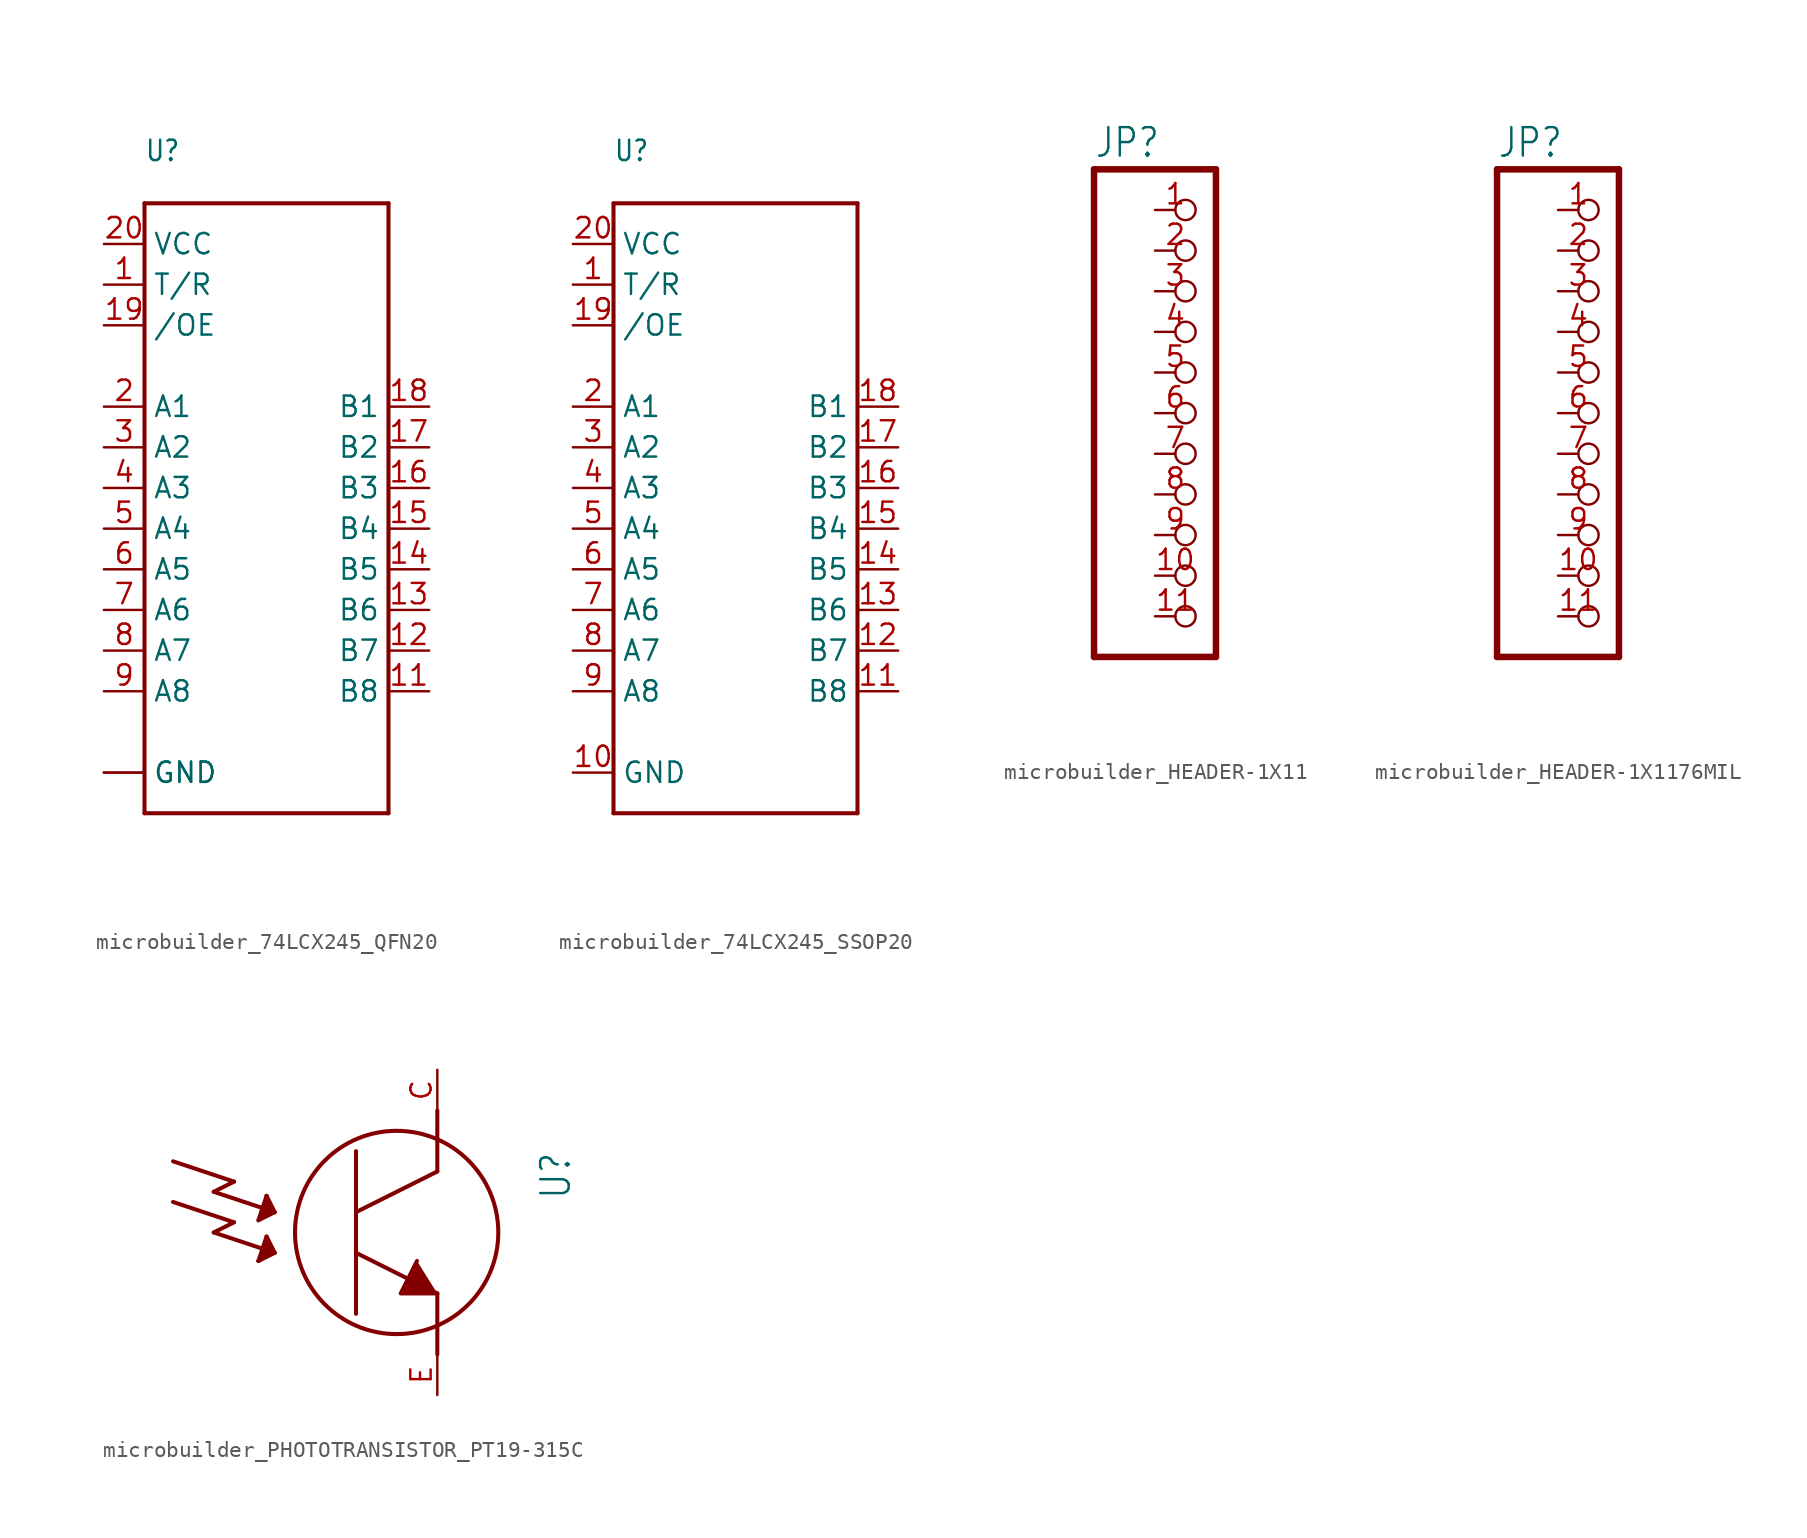
<source format=kicad_sym>
(kicad_symbol_lib
  (version 20231120)
  (generator "kicad_symbol_editor")
  (generator_version "8.0")
  (symbol "microbuilder_74LCX245_QFN20"
    (property "Reference" "U"
      (at -7.62 22.86 0)
      (effects (font (size 1.27 1.079)) (justify left bottom)))
    (property "Value" ""
      (at -7.62 -20.32 0)
      (effects (font (size 1.27 1.079)) (justify left bottom)))
    (property "ki_locked" ""
      (at 0 0 0)
      (effects (font (size 1.27 1.27))))
    (symbol "microbuilder_74LCX245_QFN20_1_0"
      (polyline (pts (xy -7.62 -17.78) (xy -7.62 20.32)) (stroke (width 0.254) (type solid)) (fill (type none)))
      (polyline (pts (xy -7.62 20.32) (xy 7.62 20.32)) (stroke (width 0.254) (type solid)) (fill (type none)))
      (polyline (pts (xy 7.62 -17.78) (xy -7.62 -17.78)) (stroke (width 0.254) (type solid)) (fill (type none)))
      (polyline (pts (xy 7.62 20.32) (xy 7.62 -17.78)) (stroke (width 0.254) (type solid)) (fill (type none)))
      (pin bidirectional line (at -10.16 15.24 0) (length 2.54) (name "T/R" (effects (font (size 1.27 1.27)))) (number "1" (effects (font (size 1.27 1.27)))))
      (pin bidirectional line (at -10.16 -15.24 0) (length 2.54) (name "GND" (effects (font (size 1.27 1.27)))) (number "10" (effects (font (size 0 0)))))
      (pin bidirectional line (at 10.16 -10.16 180) (length 2.54) (name "B8" (effects (font (size 1.27 1.27)))) (number "11" (effects (font (size 1.27 1.27)))))
      (pin bidirectional line (at 10.16 -7.62 180) (length 2.54) (name "B7" (effects (font (size 1.27 1.27)))) (number "12" (effects (font (size 1.27 1.27)))))
      (pin bidirectional line (at 10.16 -5.08 180) (length 2.54) (name "B6" (effects (font (size 1.27 1.27)))) (number "13" (effects (font (size 1.27 1.27)))))
      (pin bidirectional line (at 10.16 -2.54 180) (length 2.54) (name "B5" (effects (font (size 1.27 1.27)))) (number "14" (effects (font (size 1.27 1.27)))))
      (pin bidirectional line (at 10.16 0 180) (length 2.54) (name "B4" (effects (font (size 1.27 1.27)))) (number "15" (effects (font (size 1.27 1.27)))))
      (pin bidirectional line (at 10.16 2.54 180) (length 2.54) (name "B3" (effects (font (size 1.27 1.27)))) (number "16" (effects (font (size 1.27 1.27)))))
      (pin bidirectional line (at 10.16 5.08 180) (length 2.54) (name "B2" (effects (font (size 1.27 1.27)))) (number "17" (effects (font (size 1.27 1.27)))))
      (pin bidirectional line (at 10.16 7.62 180) (length 2.54) (name "B1" (effects (font (size 1.27 1.27)))) (number "18" (effects (font (size 1.27 1.27)))))
      (pin bidirectional line (at -10.16 12.7 0) (length 2.54) (name "/OE" (effects (font (size 1.27 1.27)))) (number "19" (effects (font (size 1.27 1.27)))))
      (pin bidirectional line (at -10.16 7.62 0) (length 2.54) (name "A1" (effects (font (size 1.27 1.27)))) (number "2" (effects (font (size 1.27 1.27)))))
      (pin bidirectional line (at -10.16 17.78 0) (length 2.54) (name "VCC" (effects (font (size 1.27 1.27)))) (number "20" (effects (font (size 1.27 1.27)))))
      (pin bidirectional line (at -10.16 -15.24 0) (length 2.54) (name "GND" (effects (font (size 1.27 1.27)))) (number "21" (effects (font (size 0 0)))))
      (pin bidirectional line (at -10.16 5.08 0) (length 2.54) (name "A2" (effects (font (size 1.27 1.27)))) (number "3" (effects (font (size 1.27 1.27)))))
      (pin bidirectional line (at -10.16 2.54 0) (length 2.54) (name "A3" (effects (font (size 1.27 1.27)))) (number "4" (effects (font (size 1.27 1.27)))))
      (pin bidirectional line (at -10.16 0 0) (length 2.54) (name "A4" (effects (font (size 1.27 1.27)))) (number "5" (effects (font (size 1.27 1.27)))))
      (pin bidirectional line (at -10.16 -2.54 0) (length 2.54) (name "A5" (effects (font (size 1.27 1.27)))) (number "6" (effects (font (size 1.27 1.27)))))
      (pin bidirectional line (at -10.16 -5.08 0) (length 2.54) (name "A6" (effects (font (size 1.27 1.27)))) (number "7" (effects (font (size 1.27 1.27)))))
      (pin bidirectional line (at -10.16 -7.62 0) (length 2.54) (name "A7" (effects (font (size 1.27 1.27)))) (number "8" (effects (font (size 1.27 1.27)))))
      (pin bidirectional line (at -10.16 -10.16 0) (length 2.54) (name "A8" (effects (font (size 1.27 1.27)))) (number "9" (effects (font (size 1.27 1.27)))))))
  (symbol "microbuilder_74LCX245_SSOP20"
    (property "Reference" "U"
      (at -7.62 22.86 0)
      (effects (font (size 1.27 1.079)) (justify left bottom)))
    (property "Value" ""
      (at -7.62 -20.32 0)
      (effects (font (size 1.27 1.079)) (justify left bottom)))
    (property "ki_locked" ""
      (at 0 0 0)
      (effects (font (size 1.27 1.27))))
    (symbol "microbuilder_74LCX245_SSOP20_1_0"
      (polyline (pts (xy -7.62 -17.78) (xy -7.62 20.32)) (stroke (width 0.254) (type solid)) (fill (type none)))
      (polyline (pts (xy -7.62 20.32) (xy 7.62 20.32)) (stroke (width 0.254) (type solid)) (fill (type none)))
      (polyline (pts (xy 7.62 -17.78) (xy -7.62 -17.78)) (stroke (width 0.254) (type solid)) (fill (type none)))
      (polyline (pts (xy 7.62 20.32) (xy 7.62 -17.78)) (stroke (width 0.254) (type solid)) (fill (type none)))
      (pin bidirectional line (at -10.16 15.24 0) (length 2.54) (name "T/R" (effects (font (size 1.27 1.27)))) (number "1" (effects (font (size 1.27 1.27)))))
      (pin bidirectional line (at -10.16 -15.24 0) (length 2.54) (name "GND" (effects (font (size 1.27 1.27)))) (number "10" (effects (font (size 1.27 1.27)))))
      (pin bidirectional line (at 10.16 -10.16 180) (length 2.54) (name "B8" (effects (font (size 1.27 1.27)))) (number "11" (effects (font (size 1.27 1.27)))))
      (pin bidirectional line (at 10.16 -7.62 180) (length 2.54) (name "B7" (effects (font (size 1.27 1.27)))) (number "12" (effects (font (size 1.27 1.27)))))
      (pin bidirectional line (at 10.16 -5.08 180) (length 2.54) (name "B6" (effects (font (size 1.27 1.27)))) (number "13" (effects (font (size 1.27 1.27)))))
      (pin bidirectional line (at 10.16 -2.54 180) (length 2.54) (name "B5" (effects (font (size 1.27 1.27)))) (number "14" (effects (font (size 1.27 1.27)))))
      (pin bidirectional line (at 10.16 0 180) (length 2.54) (name "B4" (effects (font (size 1.27 1.27)))) (number "15" (effects (font (size 1.27 1.27)))))
      (pin bidirectional line (at 10.16 2.54 180) (length 2.54) (name "B3" (effects (font (size 1.27 1.27)))) (number "16" (effects (font (size 1.27 1.27)))))
      (pin bidirectional line (at 10.16 5.08 180) (length 2.54) (name "B2" (effects (font (size 1.27 1.27)))) (number "17" (effects (font (size 1.27 1.27)))))
      (pin bidirectional line (at 10.16 7.62 180) (length 2.54) (name "B1" (effects (font (size 1.27 1.27)))) (number "18" (effects (font (size 1.27 1.27)))))
      (pin bidirectional line (at -10.16 12.7 0) (length 2.54) (name "/OE" (effects (font (size 1.27 1.27)))) (number "19" (effects (font (size 1.27 1.27)))))
      (pin bidirectional line (at -10.16 7.62 0) (length 2.54) (name "A1" (effects (font (size 1.27 1.27)))) (number "2" (effects (font (size 1.27 1.27)))))
      (pin bidirectional line (at -10.16 17.78 0) (length 2.54) (name "VCC" (effects (font (size 1.27 1.27)))) (number "20" (effects (font (size 1.27 1.27)))))
      (pin bidirectional line (at -10.16 5.08 0) (length 2.54) (name "A2" (effects (font (size 1.27 1.27)))) (number "3" (effects (font (size 1.27 1.27)))))
      (pin bidirectional line (at -10.16 2.54 0) (length 2.54) (name "A3" (effects (font (size 1.27 1.27)))) (number "4" (effects (font (size 1.27 1.27)))))
      (pin bidirectional line (at -10.16 0 0) (length 2.54) (name "A4" (effects (font (size 1.27 1.27)))) (number "5" (effects (font (size 1.27 1.27)))))
      (pin bidirectional line (at -10.16 -2.54 0) (length 2.54) (name "A5" (effects (font (size 1.27 1.27)))) (number "6" (effects (font (size 1.27 1.27)))))
      (pin bidirectional line (at -10.16 -5.08 0) (length 2.54) (name "A6" (effects (font (size 1.27 1.27)))) (number "7" (effects (font (size 1.27 1.27)))))
      (pin bidirectional line (at -10.16 -7.62 0) (length 2.54) (name "A7" (effects (font (size 1.27 1.27)))) (number "8" (effects (font (size 1.27 1.27)))))
      (pin bidirectional line (at -10.16 -10.16 0) (length 2.54) (name "A8" (effects (font (size 1.27 1.27)))) (number "9" (effects (font (size 1.27 1.27)))))))
  (symbol "microbuilder_HEADER-1X11"
    (property "Reference" "JP"
      (at -6.35 15.875 0)
      (effects (font (size 1.778 1.511)) (justify left bottom)))
    (property "Value" ""
      (at -6.35 -17.78 0)
      (effects (font (size 1.778 1.511)) (justify left bottom)))
    (property "ki_locked" ""
      (at 0 0 0)
      (effects (font (size 1.27 1.27))))
    (symbol "microbuilder_HEADER-1X11_1_0"
      (polyline (pts (xy -6.35 -15.24) (xy 1.27 -15.24)) (stroke (width 0.406) (type solid)) (fill (type none)))
      (polyline (pts (xy -6.35 15.24) (xy -6.35 -15.24)) (stroke (width 0.406) (type solid)) (fill (type none)))
      (polyline (pts (xy 1.27 -15.24) (xy 1.27 15.24)) (stroke (width 0.406) (type solid)) (fill (type none)))
      (polyline (pts (xy 1.27 15.24) (xy -6.35 15.24)) (stroke (width 0.406) (type solid)) (fill (type none)))
      (pin passive inverted (at -2.54 12.7 0) (length 2.54) (name "1" (effects (font (size 0 0)))) (number "1" (effects (font (size 1.27 1.27)))))
      (pin passive inverted (at -2.54 -10.16 0) (length 2.54) (name "10" (effects (font (size 0 0)))) (number "10" (effects (font (size 1.27 1.27)))))
      (pin passive inverted (at -2.54 -12.7 0) (length 2.54) (name "11" (effects (font (size 0 0)))) (number "11" (effects (font (size 1.27 1.27)))))
      (pin passive inverted (at -2.54 10.16 0) (length 2.54) (name "2" (effects (font (size 0 0)))) (number "2" (effects (font (size 1.27 1.27)))))
      (pin passive inverted (at -2.54 7.62 0) (length 2.54) (name "3" (effects (font (size 0 0)))) (number "3" (effects (font (size 1.27 1.27)))))
      (pin passive inverted (at -2.54 5.08 0) (length 2.54) (name "4" (effects (font (size 0 0)))) (number "4" (effects (font (size 1.27 1.27)))))
      (pin passive inverted (at -2.54 2.54 0) (length 2.54) (name "5" (effects (font (size 0 0)))) (number "5" (effects (font (size 1.27 1.27)))))
      (pin passive inverted (at -2.54 0 0) (length 2.54) (name "6" (effects (font (size 0 0)))) (number "6" (effects (font (size 1.27 1.27)))))
      (pin passive inverted (at -2.54 -2.54 0) (length 2.54) (name "7" (effects (font (size 0 0)))) (number "7" (effects (font (size 1.27 1.27)))))
      (pin passive inverted (at -2.54 -5.08 0) (length 2.54) (name "8" (effects (font (size 0 0)))) (number "8" (effects (font (size 1.27 1.27)))))
      (pin passive inverted (at -2.54 -7.62 0) (length 2.54) (name "9" (effects (font (size 0 0)))) (number "9" (effects (font (size 1.27 1.27)))))))
  (symbol "microbuilder_HEADER-1X1176MIL"
    (property "Reference" "JP"
      (at -6.35 15.875 0)
      (effects (font (size 1.778 1.511)) (justify left bottom)))
    (property "Value" ""
      (at -6.35 -17.78 0)
      (effects (font (size 1.778 1.511)) (justify left bottom)))
    (property "ki_locked" ""
      (at 0 0 0)
      (effects (font (size 1.27 1.27))))
    (symbol "microbuilder_HEADER-1X1176MIL_1_0"
      (polyline (pts (xy -6.35 -15.24) (xy 1.27 -15.24)) (stroke (width 0.406) (type solid)) (fill (type none)))
      (polyline (pts (xy -6.35 15.24) (xy -6.35 -15.24)) (stroke (width 0.406) (type solid)) (fill (type none)))
      (polyline (pts (xy 1.27 -15.24) (xy 1.27 15.24)) (stroke (width 0.406) (type solid)) (fill (type none)))
      (polyline (pts (xy 1.27 15.24) (xy -6.35 15.24)) (stroke (width 0.406) (type solid)) (fill (type none)))
      (pin passive inverted (at -2.54 12.7 0) (length 2.54) (name "1" (effects (font (size 0 0)))) (number "1" (effects (font (size 1.27 1.27)))))
      (pin passive inverted (at -2.54 -10.16 0) (length 2.54) (name "10" (effects (font (size 0 0)))) (number "10" (effects (font (size 1.27 1.27)))))
      (pin passive inverted (at -2.54 -12.7 0) (length 2.54) (name "11" (effects (font (size 0 0)))) (number "11" (effects (font (size 1.27 1.27)))))
      (pin passive inverted (at -2.54 10.16 0) (length 2.54) (name "2" (effects (font (size 0 0)))) (number "2" (effects (font (size 1.27 1.27)))))
      (pin passive inverted (at -2.54 7.62 0) (length 2.54) (name "3" (effects (font (size 0 0)))) (number "3" (effects (font (size 1.27 1.27)))))
      (pin passive inverted (at -2.54 5.08 0) (length 2.54) (name "4" (effects (font (size 0 0)))) (number "4" (effects (font (size 1.27 1.27)))))
      (pin passive inverted (at -2.54 2.54 0) (length 2.54) (name "5" (effects (font (size 0 0)))) (number "5" (effects (font (size 1.27 1.27)))))
      (pin passive inverted (at -2.54 0 0) (length 2.54) (name "6" (effects (font (size 0 0)))) (number "6" (effects (font (size 1.27 1.27)))))
      (pin passive inverted (at -2.54 -2.54 0) (length 2.54) (name "7" (effects (font (size 0 0)))) (number "7" (effects (font (size 1.27 1.27)))))
      (pin passive inverted (at -2.54 -5.08 0) (length 2.54) (name "8" (effects (font (size 0 0)))) (number "8" (effects (font (size 1.27 1.27)))))
      (pin passive inverted (at -2.54 -7.62 0) (length 2.54) (name "9" (effects (font (size 0 0)))) (number "9" (effects (font (size 1.27 1.27)))))))
  (symbol "microbuilder_PHOTOTRANSISTOR_PT19-315C"
    (property "Reference" "U"
      (at 8.89 5.08 90)
      (effects (font (size 1.778 1.511)) (justify right top)))
    (property "Value" ""
      (at -17.78 5.08 90)
      (effects (font (size 1.778 1.511)) (justify right top)))
    (property "ki_locked" ""
      (at 0 0 0)
      (effects (font (size 1.27 1.27))))
    (symbol "microbuilder_PHOTOTRANSISTOR_PT19-315C_1_0"
      (polyline (pts (xy -13.97 1.905) (xy -10.16 0.635)) (stroke (width 0.254) (type solid)) (fill (type none)))
      (polyline (pts (xy -13.97 4.445) (xy -10.16 3.175)) (stroke (width 0.254) (type solid)) (fill (type none)))
      (polyline (pts (xy -11.43 0) (xy -7.62 -1.27)) (stroke (width 0.254) (type solid)) (fill (type none)))
      (polyline (pts (xy -11.43 2.54) (xy -7.62 1.27)) (stroke (width 0.254) (type solid)) (fill (type none)))
      (polyline (pts (xy -10.16 0.635) (xy -11.43 0)) (stroke (width 0.254) (type solid)) (fill (type none)))
      (polyline (pts (xy -10.16 3.175) (xy -11.43 2.54)) (stroke (width 0.254) (type solid)) (fill (type none)))
      (polyline (pts (xy -8.636 -1.778) (xy -8.128 -0.254)) (stroke (width 0.254) (type solid)) (fill (type none)))
      (polyline (pts (xy -8.636 -1.778) (xy -7.874 -1.27)) (stroke (width 0.254) (type solid)) (fill (type none)))
      (polyline (pts (xy -8.636 0.762) (xy -7.62 1.27)) (stroke (width 0.254) (type solid)) (fill (type none)))
      (polyline (pts (xy -8.382 -1.524) (xy -8.128 -1.27)) (stroke (width 0.254) (type solid)) (fill (type none)))
      (polyline (pts (xy -8.382 -1.27) (xy -8.128 -0.508)) (stroke (width 0.254) (type solid)) (fill (type none)))
      (polyline (pts (xy -8.382 1.016) (xy -8.382 1.27)) (stroke (width 0.254) (type solid)) (fill (type none)))
      (polyline (pts (xy -8.382 1.27) (xy -8.128 1.27)) (stroke (width 0.254) (type solid)) (fill (type none)))
      (polyline (pts (xy -8.128 -1.27) (xy -8.382 -1.27)) (stroke (width 0.254) (type solid)) (fill (type none)))
      (polyline (pts (xy -8.128 -1.016) (xy -7.874 -1.016)) (stroke (width 0.254) (type solid)) (fill (type none)))
      (polyline (pts (xy -8.128 -0.762) (xy -8.128 -1.016)) (stroke (width 0.254) (type solid)) (fill (type none)))
      (polyline (pts (xy -8.128 -0.508) (xy -8.128 -0.762)) (stroke (width 0.254) (type solid)) (fill (type none)))
      (polyline (pts (xy -8.128 -0.254) (xy -7.62 -1.27)) (stroke (width 0.254) (type solid)) (fill (type none)))
      (polyline (pts (xy -8.128 1.27) (xy -7.874 1.27)) (stroke (width 0.254) (type solid)) (fill (type none)))
      (polyline (pts (xy -8.128 1.524) (xy -8.128 1.27)) (stroke (width 0.254) (type solid)) (fill (type none)))
      (polyline (pts (xy -8.128 1.524) (xy -7.874 1.524)) (stroke (width 0.254) (type solid)) (fill (type none)))
      (polyline (pts (xy -8.128 1.778) (xy -8.128 1.524)) (stroke (width 0.254) (type solid)) (fill (type none)))
      (polyline (pts (xy -8.128 2.286) (xy -8.636 0.762)) (stroke (width 0.254) (type solid)) (fill (type none)))
      (polyline (pts (xy -8.128 2.286) (xy -8.128 1.778)) (stroke (width 0.254) (type solid)) (fill (type none)))
      (polyline (pts (xy -7.874 -1.27) (xy -8.382 -1.524)) (stroke (width 0.254) (type solid)) (fill (type none)))
      (polyline (pts (xy -7.874 -1.016) (xy -8.128 -0.762)) (stroke (width 0.254) (type solid)) (fill (type none)))
      (polyline (pts (xy -7.874 1.27) (xy -8.382 1.016)) (stroke (width 0.254) (type solid)) (fill (type none)))
      (polyline (pts (xy -7.874 1.524) (xy -8.128 1.778)) (stroke (width 0.254) (type solid)) (fill (type none)))
      (polyline (pts (xy -7.62 -1.27) (xy -8.636 -1.778)) (stroke (width 0.254) (type solid)) (fill (type none)))
      (polyline (pts (xy -7.62 1.27) (xy -8.128 2.286)) (stroke (width 0.254) (type solid)) (fill (type none)))
      (polyline (pts (xy -2.54 -1.27) (xy -2.54 -5.08)) (stroke (width 0.254) (type solid)) (fill (type none)))
      (polyline (pts (xy -2.54 -1.27) (xy 2.54 -3.81)) (stroke (width 0.254) (type solid)) (fill (type none)))
      (polyline (pts (xy -2.54 1.27) (xy -2.54 -1.27)) (stroke (width 0.254) (type solid)) (fill (type none)))
      (polyline (pts (xy -2.54 5.08) (xy -2.54 1.27)) (stroke (width 0.254) (type solid)) (fill (type none)))
      (polyline (pts (xy 2.54 -3.81) (xy 2.54 -7.62)) (stroke (width 0.254) (type solid)) (fill (type none)))
      (polyline (pts (xy 2.54 3.81) (xy -2.54 1.27)) (stroke (width 0.254) (type solid)) (fill (type none)))
      (polyline (pts (xy 2.54 7.62) (xy 2.54 3.81)) (stroke (width 0.254) (type solid)) (fill (type none)))
      (polyline (pts (xy 1.27 -1.778) (xy 0.254 -3.81) (xy 2.54 -3.81)) (stroke (width 0.254) (type solid)) (fill (type outline)))
      (circle (center 0 0) (radius 6.35) (stroke (width 0.254) (type solid)) (fill (type none)))
      (pin bidirectional line (at 2.54 10.16 270) (length 2.54) (name "C" (effects (font (size 0 0)))) (number "C" (effects (font (size 1.27 1.27)))))
      (pin bidirectional line (at 2.54 -10.16 90) (length 2.54) (name "E" (effects (font (size 0 0)))) (number "E" (effects (font (size 1.27 1.27))))))))
</source>
